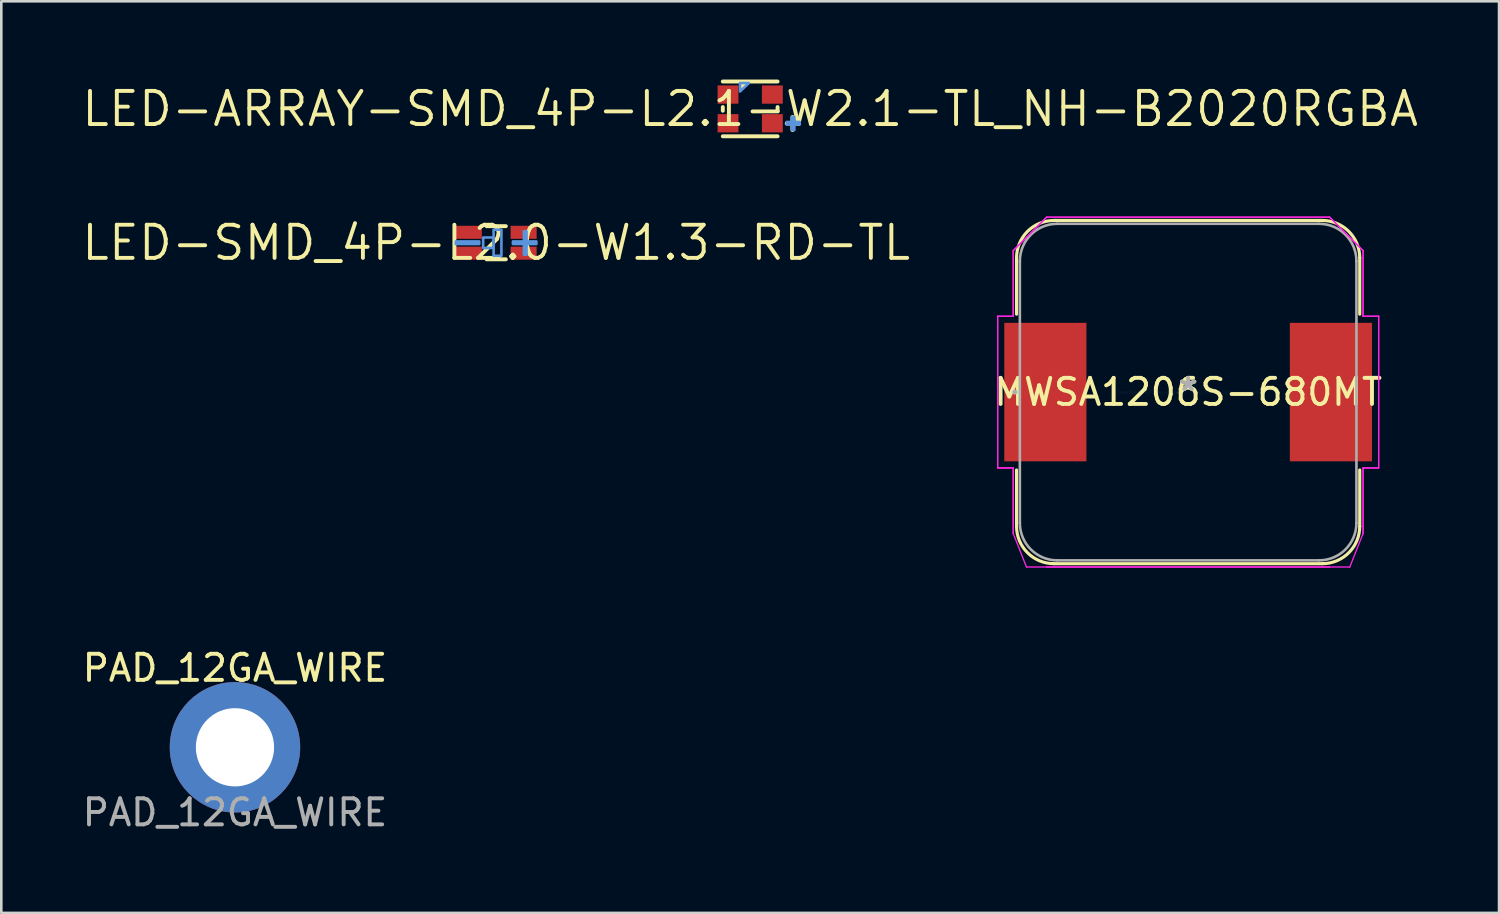
<source format=kicad_pcb>
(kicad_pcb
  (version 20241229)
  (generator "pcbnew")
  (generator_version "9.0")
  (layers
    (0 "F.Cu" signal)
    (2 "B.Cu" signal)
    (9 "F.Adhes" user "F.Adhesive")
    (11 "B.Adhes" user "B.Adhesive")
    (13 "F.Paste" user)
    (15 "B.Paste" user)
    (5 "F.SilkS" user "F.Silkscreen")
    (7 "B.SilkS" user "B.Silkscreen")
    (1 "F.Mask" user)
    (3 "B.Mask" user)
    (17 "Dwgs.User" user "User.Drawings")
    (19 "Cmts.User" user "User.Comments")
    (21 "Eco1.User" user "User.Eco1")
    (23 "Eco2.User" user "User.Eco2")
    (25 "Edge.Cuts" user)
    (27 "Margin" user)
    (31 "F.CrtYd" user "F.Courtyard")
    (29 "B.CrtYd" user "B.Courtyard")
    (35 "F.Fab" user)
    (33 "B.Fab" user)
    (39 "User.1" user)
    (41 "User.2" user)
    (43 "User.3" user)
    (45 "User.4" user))
  (footprint "LED-SMD_4P-L2.0-W1.3-RD-TL"
    (layer "F.Cu")
    (at 15.973 6.256)
    (property "Reference" "LED-SMD_4P-L2.0-W1.3-RD-TL" (at 0 0 0) (layer "F.SilkS") (effects (font (size 1.27 1.27) (thickness 0.15))))
    (attr smd)
    (fp_line (start -1.016 0.006) (end -1.016 0) (stroke (width 0.15) (type solid)) (layer "F.SilkS"))
    (fp_line (start -0.369 -0.635) (end 0.369 -0.635) (stroke (width 0.15) (type solid)) (layer "F.SilkS"))
    (fp_line (start -0.369 0.635) (end 0.369 0.635) (stroke (width 0.15) (type solid)) (layer "F.SilkS"))
    (fp_line (start 1.016 0.006) (end 1.016 0) (stroke (width 0.15) (type solid)) (layer "F.SilkS"))
    (fp_poly (pts (xy -1.55 0.05) (xy -1.55 -0.05) (xy -0.65 -0.05) (xy -0.65 0.05)) (stroke (width 0.1) (type solid)) (fill no) (layer "Cmts.User"))
    (fp_poly (pts (xy -0.1 -0.5) (xy -0.1 0.5) (xy 0.2 0.5) (xy 0.2 -0.5)) (stroke (width 0.1) (type solid)) (fill no) (layer "Cmts.User"))
    (fp_poly (pts (xy -0.1 -0.2) (xy -0.5 -0.2) (xy -0.5 0.2) (xy -0.1 0.2)) (stroke (width 0.1) (type solid)) (fill no) (layer "Cmts.User"))
    (fp_poly (pts (xy 0.64 0.049) (xy 0.64 -0.051) (xy 1.54 -0.051) (xy 1.54 0.049)) (stroke (width 0.1) (type solid)) (fill no) (layer "Cmts.User"))
    (fp_poly (pts (xy 1.162 0.46) (xy 1.062 0.46) (xy 1.062 -0.44) (xy 1.162 -0.44)) (stroke (width 0.1) (type solid)) (fill no) (layer "Cmts.User"))
    (fp_text user "" (at 0 0 0) (layer "Cmts.User") (effects (font (size 1 1) (thickness 0.15))))
    (pad "1" smd rect (at -1.05 -0.4) (size 1 0.5) (layers "F.Cu" "F.Mask" "F.Paste"))
    (pad "2" smd rect (at 1.05 -0.4) (size 1 0.5) (layers "F.Cu" "F.Mask" "F.Paste"))
    (pad "3" smd rect (at -1.05 0.4) (size 1 0.5) (layers "F.Cu" "F.Mask" "F.Paste"))
    (pad "4" smd rect (at 1.05 0.4) (size 1 0.5) (layers "F.Cu" "F.Mask" "F.Paste")))
  (footprint "PAD_12GA_WIRE"
    (layer "F.Cu")
    (at 5.958 25.599)
    (property "Reference" "PAD_12GA_WIRE" (at 0 -3.04 0) (unlocked yes) (layer "F.SilkS") (effects (font (size 1 1) (thickness 0.15))))
    (attr through_hole)
    (fp_text user "${REFERENCE}" (at 0 2.5 0) (unlocked yes) (layer "F.Fab") (effects (font (size 1 1) (thickness 0.15))))
    (pad "1" thru_hole circle (at 0 0) (size 5 5) (drill 3) (layers "*.Cu" "*.Mask")))
  (footprint "LED-ARRAY-SMD_4P-L2.1-W2.1-TL_NH-B2020RGBA"
    (layer "F.Cu")
    (at 25.71 1.125)
    (property "Reference" "LED-ARRAY-SMD_4P-L2.1-W2.1-TL_NH-B2020RGBA" (at 0 0 0) (layer "F.SilkS") (effects (font (size 1.27 1.27) (thickness 0.15))))
    (attr smd)
    (fp_line (start -1.05 -1.05) (end 1.05 -1.05) (stroke (width 0.15) (type solid)) (layer "F.SilkS"))
    (fp_line (start -1.05 -0.071) (end -1.05 0.071) (stroke (width 0.15) (type solid)) (layer "F.SilkS"))
    (fp_line (start -1.05 1.05) (end 1.05 1.05) (stroke (width 0.15) (type solid)) (layer "F.SilkS"))
    (fp_line (start 1.05 -0.071) (end 1.05 0.071) (stroke (width 0.15) (type solid)) (layer "F.SilkS"))
    (fp_line (start 1.4 0.56) (end 1.85 0.56) (stroke (width 0.15) (type solid)) (layer "F.SilkS"))
    (fp_line (start 1.62 0.31) (end 1.62 0.81) (stroke (width 0.15) (type solid)) (layer "F.SilkS"))
    (fp_poly (pts (xy -0.39 -0.668) (xy -0.39 -0.992) (xy -0.05 -0.992)) (stroke (width 0) (type solid)) (fill yes) (layer "F.SilkS"))
    (fp_poly (pts (xy -0.39 -0.668) (xy -0.39 -0.992) (xy -0.05 -0.992)) (stroke (width 0.1) (type solid)) (fill no) (layer "Cmts.User"))
    (fp_poly (pts (xy 1.4 0.5) (xy 1.9 0.5) (xy 1.9 0.6) (xy 1.4 0.6)) (stroke (width 0.1) (type solid)) (fill no) (layer "Cmts.User"))
    (fp_poly (pts (xy 1.593 0.811) (xy 1.593 0.311) (xy 1.693 0.311) (xy 1.693 0.811)) (stroke (width 0.1) (type solid)) (fill no) (layer "Cmts.User"))
    (fp_text user "" (at 0 0 0) (layer "Cmts.User") (effects (font (size 1 1) (thickness 0.15))))
    (pad "1" smd rect (at -0.85 -0.55) (size 0.8 0.7) (layers "F.Cu" "F.Mask" "F.Paste"))
    (pad "2" smd rect (at 0.85 -0.55) (size 0.8 0.7) (layers "F.Cu" "F.Mask" "F.Paste"))
    (pad "3" smd rect (at 0.85 0.55) (size 0.8 0.7) (layers "F.Cu" "F.Mask" "F.Paste"))
    (pad "4" smd rect (at -0.85 0.55) (size 0.8 0.7) (layers "F.Cu" "F.Mask" "F.Paste")))
  (footprint "MWSA1206S-680MT"
    (layer "F.Cu")
    (at 42.5 11.981)
    (property "Reference" "MWSA1206S-680MT" (at 0 0 0) (layer "F.SilkS") (effects (font (size 1 1) (thickness 0.15))))
    (attr through_hole)
    (fp_line (start -6.579 -2.987) (end -6.579 -5.145) (stroke (width 0.12) (type solid)) (layer "F.SilkS"))
    (fp_line (start -6.579 5.145) (end -6.579 2.987) (stroke (width 0.12) (type solid)) (layer "F.SilkS"))
    (fp_line (start -5.145 -6.579) (end 5.145 -6.579) (stroke (width 0.12) (type solid)) (layer "F.SilkS"))
    (fp_line (start -5.145 6.579) (end 5.145 6.579) (stroke (width 0.12) (type solid)) (layer "F.SilkS"))
    (fp_line (start 6.579 -5.145) (end 6.579 -2.987) (stroke (width 0.12) (type solid)) (layer "F.SilkS"))
    (fp_line (start 6.579 2.987) (end 6.579 5.145) (stroke (width 0.12) (type solid)) (layer "F.SilkS"))
    (fp_arc (start -6.5786 -5.144911) (mid -6.158682 -6.158682) (end -5.144911 -6.5786) (stroke (width 0.12) (type solid)) (layer "F.SilkS"))
    (fp_arc (start -5.144911 6.5786) (mid -6.158682 6.158682) (end -6.5786 5.144911) (stroke (width 0.12) (type solid)) (layer "F.SilkS"))
    (fp_arc (start 5.144911 -6.5786) (mid 6.158682 -6.158682) (end 6.5786 -5.144911) (stroke (width 0.12) (type solid)) (layer "F.SilkS"))
    (fp_arc (start 6.5786 5.144911) (mid 6.158682 6.158682) (end 5.144911 6.5786) (stroke (width 0.12) (type solid)) (layer "F.SilkS"))
    (fp_line (start -7.303 -2.908) (end -6.706 -2.908) (stroke (width 0.05) (type solid)) (layer "F.CrtYd"))
    (fp_line (start -7.303 -2.908) (end -6.706 -2.908) (stroke (width 0.05) (type solid)) (layer "F.CrtYd"))
    (fp_line (start -7.303 2.908) (end -7.303 -2.908) (stroke (width 0.05) (type solid)) (layer "F.CrtYd"))
    (fp_line (start -7.303 2.908) (end -7.303 -2.908) (stroke (width 0.05) (type solid)) (layer "F.CrtYd"))
    (fp_line (start -6.706 -5.424) (end -5.424 -6.706) (stroke (width 0.05) (type solid)) (layer "F.CrtYd"))
    (fp_line (start -6.706 -5.424) (end -5.424 -6.706) (stroke (width 0.05) (type solid)) (layer "F.CrtYd"))
    (fp_line (start -6.706 -2.908) (end -6.706 -5.424) (stroke (width 0.05) (type solid)) (layer "F.CrtYd"))
    (fp_line (start -6.706 -2.908) (end -6.706 -5.424) (stroke (width 0.05) (type solid)) (layer "F.CrtYd"))
    (fp_line (start -6.706 2.908) (end -7.303 2.908) (stroke (width 0.05) (type solid)) (layer "F.CrtYd"))
    (fp_line (start -6.706 2.908) (end -7.303 2.908) (stroke (width 0.05) (type solid)) (layer "F.CrtYd"))
    (fp_line (start -6.706 5.424) (end -6.706 2.908) (stroke (width 0.05) (type solid)) (layer "F.CrtYd"))
    (fp_line (start -6.706 5.424) (end -6.706 2.908) (stroke (width 0.05) (type solid)) (layer "F.CrtYd"))
    (fp_line (start -6.198 6.706) (end -6.706 5.424) (stroke (width 0.05) (type solid)) (layer "F.CrtYd"))
    (fp_line (start -5.424 -6.706) (end 5.424 -6.706) (stroke (width 0.05) (type solid)) (layer "F.CrtYd"))
    (fp_line (start -5.424 -6.706) (end 5.424 -6.706) (stroke (width 0.05) (type solid)) (layer "F.CrtYd"))
    (fp_line (start -5.424 6.706) (end 5.424 6.706) (stroke (width 0.05) (type solid)) (layer "F.CrtYd"))
    (fp_line (start 5.424 -6.706) (end 6.706 -5.424) (stroke (width 0.05) (type solid)) (layer "F.CrtYd"))
    (fp_line (start 5.424 -6.706) (end 6.706 -5.424) (stroke (width 0.05) (type solid)) (layer "F.CrtYd"))
    (fp_line (start 6.198 6.706) (end -6.198 6.706) (stroke (width 0.05) (type solid)) (layer "F.CrtYd"))
    (fp_line (start 6.706 -5.424) (end 6.706 -2.908) (stroke (width 0.05) (type solid)) (layer "F.CrtYd"))
    (fp_line (start 6.706 -5.424) (end 6.706 -2.908) (stroke (width 0.05) (type solid)) (layer "F.CrtYd"))
    (fp_line (start 6.706 -2.908) (end 7.303 -2.908) (stroke (width 0.05) (type solid)) (layer "F.CrtYd"))
    (fp_line (start 6.706 -2.908) (end 7.303 -2.908) (stroke (width 0.05) (type solid)) (layer "F.CrtYd"))
    (fp_line (start 6.706 2.908) (end 6.706 5.424) (stroke (width 0.05) (type solid)) (layer "F.CrtYd"))
    (fp_line (start 6.706 5.424) (end 6.198 6.706) (stroke (width 0.05) (type solid)) (layer "F.CrtYd"))
    (fp_line (start 6.706 5.424) (end 6.706 2.908) (stroke (width 0.05) (type solid)) (layer "F.CrtYd"))
    (fp_line (start 7.303 -2.908) (end 7.303 2.908) (stroke (width 0.05) (type solid)) (layer "F.CrtYd"))
    (fp_line (start 7.303 -2.908) (end 7.303 2.908) (stroke (width 0.05) (type solid)) (layer "F.CrtYd"))
    (fp_line (start 7.303 2.908) (end 6.706 2.908) (stroke (width 0.05) (type solid)) (layer "F.CrtYd"))
    (fp_line (start 7.303 2.908) (end 6.706 2.908) (stroke (width 0.05) (type solid)) (layer "F.CrtYd"))
    (fp_line (start -6.452 5.018) (end -6.452 -5.018) (stroke (width 0.1) (type solid)) (layer "F.Fab"))
    (fp_line (start -5.018 -6.452) (end 5.018 -6.452) (stroke (width 0.1) (type solid)) (layer "F.Fab"))
    (fp_line (start -5.018 6.452) (end 5.018 6.452) (stroke (width 0.1) (type solid)) (layer "F.Fab"))
    (fp_line (start 6.452 -5.018) (end 6.452 5.018) (stroke (width 0.1) (type solid)) (layer "F.Fab"))
    (fp_arc (start -6.4516 -5.017911) (mid -6.031682 -6.031682) (end -5.017911 -6.4516) (stroke (width 0.1) (type solid)) (layer "F.Fab"))
    (fp_arc (start -5.017911 6.4516) (mid -6.031682 6.031682) (end -6.4516 5.017911) (stroke (width 0.1) (type solid)) (layer "F.Fab"))
    (fp_arc (start 5.017911 -6.4516) (mid 6.031682 -6.031682) (end 6.4516 -5.017911) (stroke (width 0.1) (type solid)) (layer "F.Fab"))
    (fp_arc (start 6.4516 5.017911) (mid 6.031682 6.031682) (end 5.017911 6.4516) (stroke (width 0.1) (type solid)) (layer "F.Fab"))
    (fp_circle (center -6.642 0) (end -6.642 0) (stroke (width 0.1) (type solid)) (fill no) (layer "F.Fab"))
    (fp_text user "*" (at 0 0 0) (layer "F.SilkS") (effects (font (size 1 1) (thickness 0.15))))
    (fp_text user "Copyright 2021 Accelerated Designs. All rights reserved." (at 0 0 0) (layer "Cmts.User") (effects (font (size 0.127 0.127) (thickness 0.002))))
    (fp_text user "*" (at 0 0 0) (layer "F.Fab") (effects (font (size 1 1) (thickness 0.15))))
    (pad "1" smd rect (at -5.474 0 90) (size 5.309 3.15) (layers "F.Cu" "F.Mask" "F.Paste"))
    (pad "2" smd rect (at 5.474 0 90) (size 5.309 3.15) (layers "F.Cu" "F.Mask" "F.Paste")))
  (gr_rect
    (start -3 -3)
    (end 54.419 31.948)
    (stroke (width 0.1) (type default))
    (fill no)
    (layer "Edge.Cuts")))
</source>
